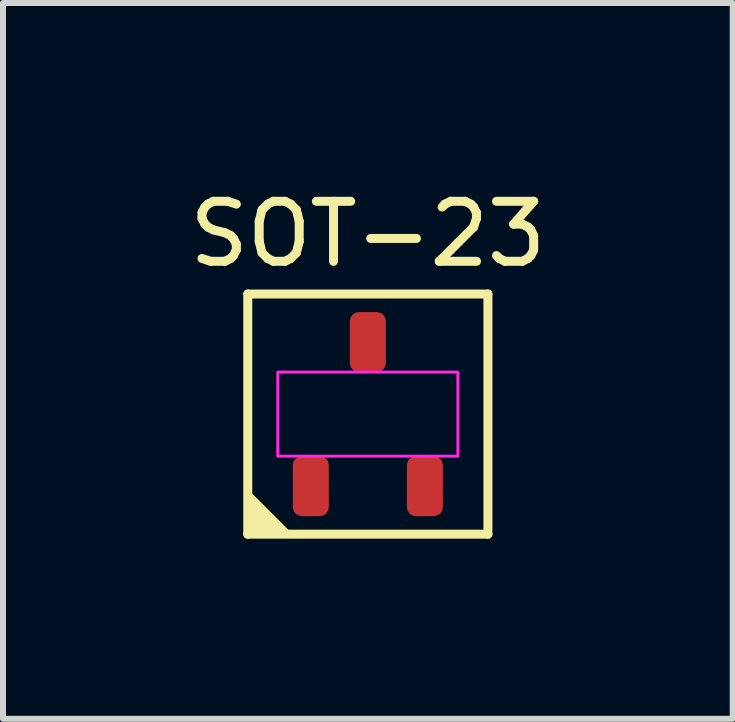
<source format=kicad_pcb>
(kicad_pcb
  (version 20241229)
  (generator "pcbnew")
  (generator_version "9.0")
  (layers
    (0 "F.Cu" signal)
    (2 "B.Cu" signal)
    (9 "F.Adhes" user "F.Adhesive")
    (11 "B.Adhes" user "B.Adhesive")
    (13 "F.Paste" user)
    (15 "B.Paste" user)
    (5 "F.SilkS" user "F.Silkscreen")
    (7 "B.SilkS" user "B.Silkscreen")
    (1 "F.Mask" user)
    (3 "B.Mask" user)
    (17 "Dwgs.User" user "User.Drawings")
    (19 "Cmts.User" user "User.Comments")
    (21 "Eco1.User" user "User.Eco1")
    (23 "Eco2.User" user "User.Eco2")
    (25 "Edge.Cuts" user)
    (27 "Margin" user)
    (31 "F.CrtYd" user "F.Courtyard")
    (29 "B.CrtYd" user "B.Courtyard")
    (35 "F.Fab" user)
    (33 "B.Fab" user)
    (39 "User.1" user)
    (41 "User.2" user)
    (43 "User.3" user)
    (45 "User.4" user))
  (footprint "SOT-23"
    (layer "F.Cu")
    (at 3.077 3.848)
    (property "Reference" "SOT-23" (at 0 -3 0) (layer "F.SilkS") (effects (font (size 1 1) (thickness 0.15))))
    (fp_line (start -2 -2) (end 2 -2) (stroke (width 0.15) (type solid)) (layer "F.SilkS"))
    (fp_line (start -2 2) (end -2 -2) (stroke (width 0.15) (type solid)) (layer "F.SilkS"))
    (fp_line (start -2 2) (end 2 2) (stroke (width 0.15) (type solid)) (layer "F.SilkS"))
    (fp_line (start 2 -2) (end 2 2) (stroke (width 0.15) (type solid)) (layer "F.SilkS"))
    (fp_poly (pts (xy -2 2) (xy -1.25 2) (xy -2 1.25)) (stroke (width 0) (type default)) (fill yes) (layer "F.SilkS"))
    (fp_rect (start -1.5 -0.7) (end 1.5 0.7) (stroke (width 0.05) (type default)) (fill no) (layer "F.CrtYd"))
    (pad "1" smd roundrect (at -0.95 1.2) (size 0.6 1) (layers "F.Cu" "F.Mask" "F.Paste") (roundrect_rratio 0.25))
    (pad "2" smd roundrect (at 0.95 1.2) (size 0.6 1) (layers "F.Cu" "F.Mask" "F.Paste") (roundrect_rratio 0.25))
    (pad "3" smd roundrect (at 0 -1.2) (size 0.6 1) (layers "F.Cu" "F.Mask" "F.Paste") (roundrect_rratio 0.25)))
  (gr_rect
    (start -3 -3)
    (end 9.155 8.923)
    (stroke (width 0.1) (type default))
    (fill no)
    (layer "Edge.Cuts")))
</source>
